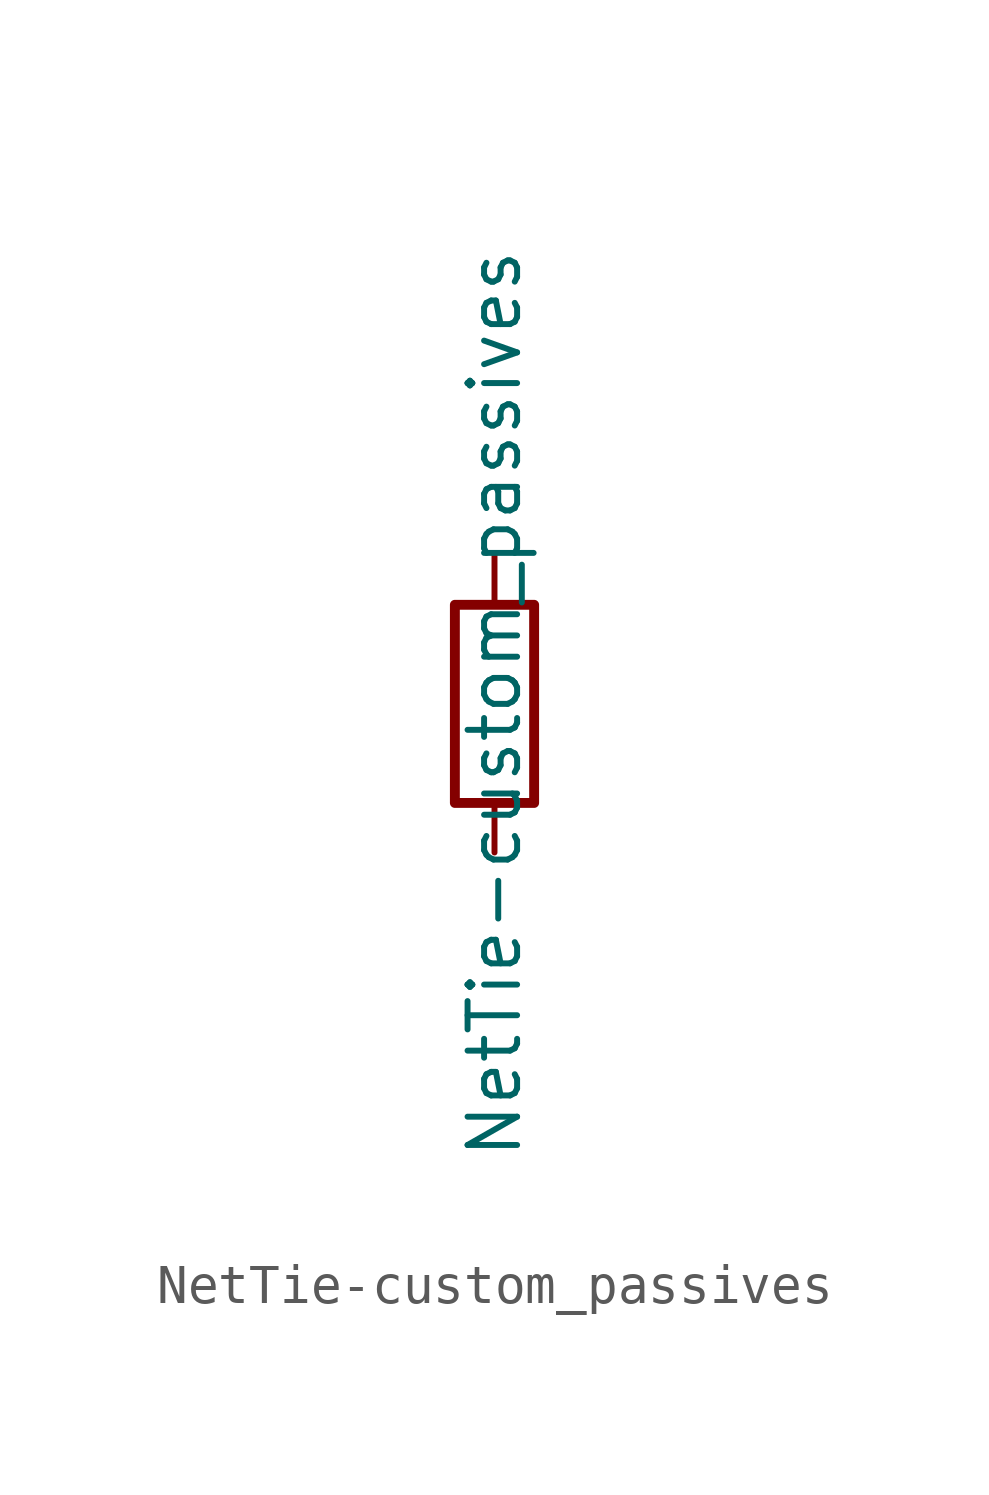
<source format=kicad_sym>
(kicad_symbol_lib
  (version 20211014)
  (generator kicad_symbol_editor)
  (symbol "NetTie-custom_passives"
    (pin_numbers hide)
    (pin_names
      (offset 0))
    (property "Reference" "R"
      (at 2.54 0 90)
      (effects (font (size 1.27 1.27)) hide))
    (property "Value" "NetTie-custom_passives"
      (at 0 0 90)
      (effects (font (size 1.27 1.27))))
    (symbol "NetTie-custom_passives_0_1"
      (rectangle (start -1.016 -2.54) (end 1.016 2.54) (stroke (width 0.254) (type default) (color 0 0 0 0)) (fill (type none))))
    (symbol "NetTie-custom_passives_1_1"
      (pin passive line (at 0 -3.81 90) (length 1.27) (name "~" (effects (font (size 1.27 1.27)))) (number "1" (effects (font (size 1.27 1.27)))))
      (pin passive line (at 0 3.81 270) (length 1.27) (name "~" (effects (font (size 1.27 1.27)))) (number "2" (effects (font (size 1.27 1.27))))))))
</source>
